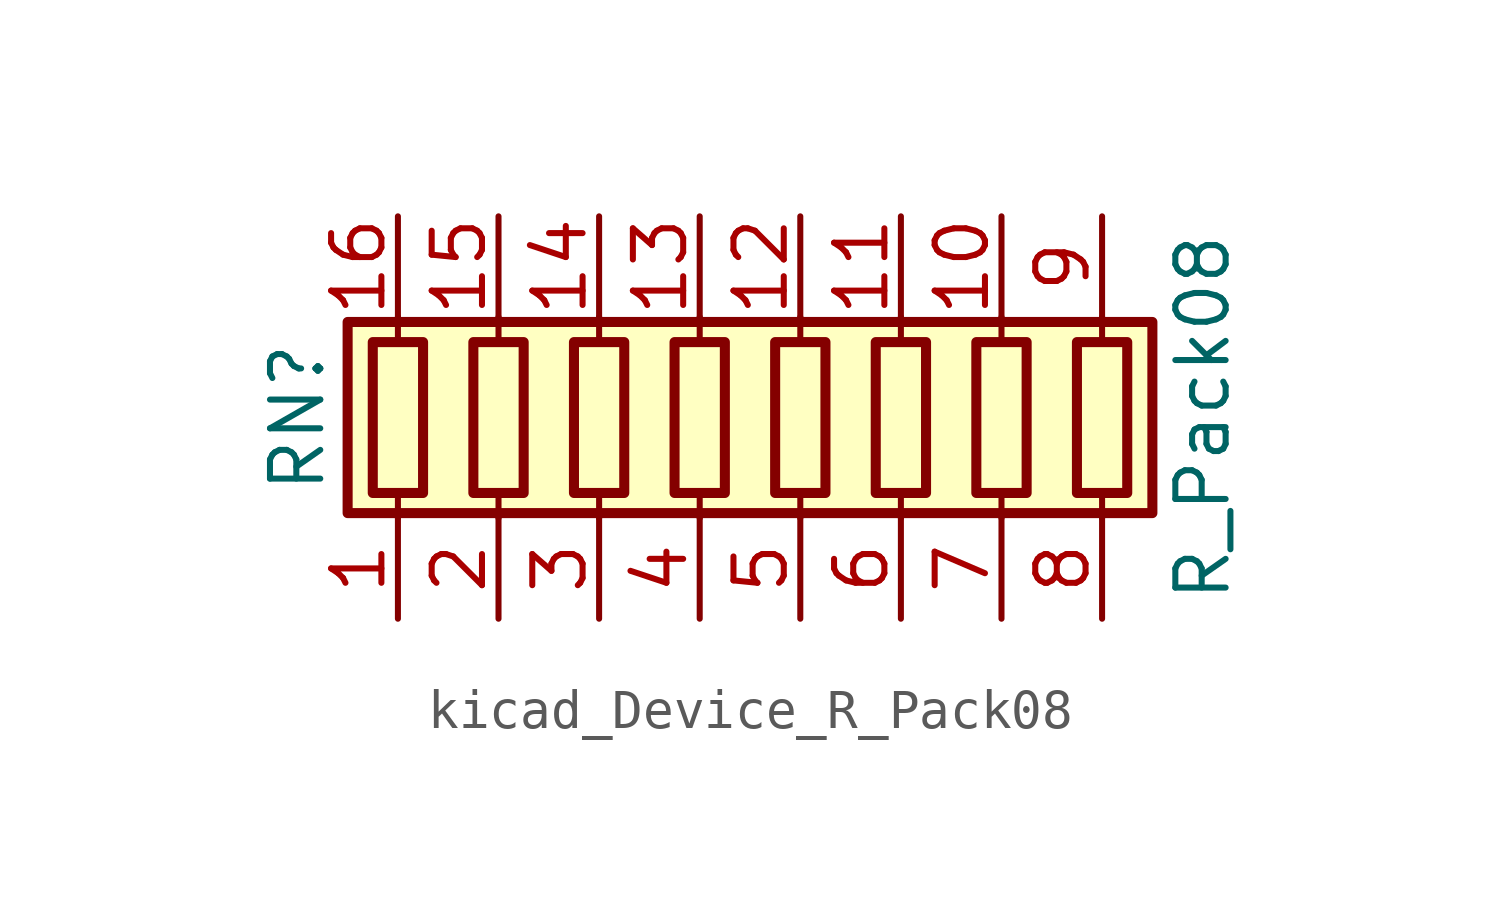
<source format=kicad_sym>
(kicad_symbol_lib
  (version 20220914)
  (generator kicad_symbol_editor)
  (symbol "kicad_Device_R_Pack08"
    (pin_names
      (offset 0) hide)
    (property "Reference" "RN"
      (at -12.7 0 90)
      (effects (font (size 1.27 1.27))))
    (property "Value" "R_Pack08"
      (at 10.16 0 90)
      (effects (font (size 1.27 1.27))))
    (symbol "kicad_Device_R_Pack08_0_1"
      (rectangle (start -11.43 -2.413) (end 8.89 2.413) (stroke (width 0.254) (type default)) (fill (type background)))
      (rectangle (start -10.795 1.905) (end -9.525 -1.905) (stroke (width 0.254) (type default)) (fill (type none)))
      (rectangle (start -8.255 1.905) (end -6.985 -1.905) (stroke (width 0.254) (type default)) (fill (type none)))
      (rectangle (start -5.715 1.905) (end -4.445 -1.905) (stroke (width 0.254) (type default)) (fill (type none)))
      (rectangle (start -3.175 1.905) (end -1.905 -1.905) (stroke (width 0.254) (type default)) (fill (type none)))
      (rectangle (start -0.635 1.905) (end 0.635 -1.905) (stroke (width 0.254) (type default)) (fill (type none)))
      (polyline (pts (xy -10.16 -2.54) (xy -10.16 -1.905)) (stroke (width 0) (type default)) (fill (type none)))
      (polyline (pts (xy -10.16 1.905) (xy -10.16 2.54)) (stroke (width 0) (type default)) (fill (type none)))
      (polyline (pts (xy -7.62 -2.54) (xy -7.62 -1.905)) (stroke (width 0) (type default)) (fill (type none)))
      (polyline (pts (xy -7.62 1.905) (xy -7.62 2.54)) (stroke (width 0) (type default)) (fill (type none)))
      (polyline (pts (xy -5.08 -2.54) (xy -5.08 -1.905)) (stroke (width 0) (type default)) (fill (type none)))
      (polyline (pts (xy -5.08 1.905) (xy -5.08 2.54)) (stroke (width 0) (type default)) (fill (type none)))
      (polyline (pts (xy -2.54 -2.54) (xy -2.54 -1.905)) (stroke (width 0) (type default)) (fill (type none)))
      (polyline (pts (xy -2.54 1.905) (xy -2.54 2.54)) (stroke (width 0) (type default)) (fill (type none)))
      (polyline (pts (xy 0 -2.54) (xy 0 -1.905)) (stroke (width 0) (type default)) (fill (type none)))
      (polyline (pts (xy 0 1.905) (xy 0 2.54)) (stroke (width 0) (type default)) (fill (type none)))
      (polyline (pts (xy 2.54 -2.54) (xy 2.54 -1.905)) (stroke (width 0) (type default)) (fill (type none)))
      (polyline (pts (xy 2.54 1.905) (xy 2.54 2.54)) (stroke (width 0) (type default)) (fill (type none)))
      (polyline (pts (xy 5.08 -2.54) (xy 5.08 -1.905)) (stroke (width 0) (type default)) (fill (type none)))
      (polyline (pts (xy 5.08 1.905) (xy 5.08 2.54)) (stroke (width 0) (type default)) (fill (type none)))
      (polyline (pts (xy 7.62 -2.54) (xy 7.62 -1.905)) (stroke (width 0) (type default)) (fill (type none)))
      (polyline (pts (xy 7.62 1.905) (xy 7.62 2.54)) (stroke (width 0) (type default)) (fill (type none)))
      (rectangle (start 1.905 1.905) (end 3.175 -1.905) (stroke (width 0.254) (type default)) (fill (type none)))
      (rectangle (start 4.445 1.905) (end 5.715 -1.905) (stroke (width 0.254) (type default)) (fill (type none)))
      (rectangle (start 6.985 1.905) (end 8.255 -1.905) (stroke (width 0.254) (type default)) (fill (type none))))
    (symbol "kicad_Device_R_Pack08_1_1"
      (pin passive line (at -10.16 -5.08 90) (length 2.54) (name "R1.1" (effects (font (size 1.27 1.27)))) (number "1" (effects (font (size 1.27 1.27)))))
      (pin passive line (at 5.08 5.08 270) (length 2.54) (name "R7.2" (effects (font (size 1.27 1.27)))) (number "10" (effects (font (size 1.27 1.27)))))
      (pin passive line (at 2.54 5.08 270) (length 2.54) (name "R6.2" (effects (font (size 1.27 1.27)))) (number "11" (effects (font (size 1.27 1.27)))))
      (pin passive line (at 0 5.08 270) (length 2.54) (name "R5.2" (effects (font (size 1.27 1.27)))) (number "12" (effects (font (size 1.27 1.27)))))
      (pin passive line (at -2.54 5.08 270) (length 2.54) (name "R4.2" (effects (font (size 1.27 1.27)))) (number "13" (effects (font (size 1.27 1.27)))))
      (pin passive line (at -5.08 5.08 270) (length 2.54) (name "R3.2" (effects (font (size 1.27 1.27)))) (number "14" (effects (font (size 1.27 1.27)))))
      (pin passive line (at -7.62 5.08 270) (length 2.54) (name "R2.2" (effects (font (size 1.27 1.27)))) (number "15" (effects (font (size 1.27 1.27)))))
      (pin passive line (at -10.16 5.08 270) (length 2.54) (name "R1.2" (effects (font (size 1.27 1.27)))) (number "16" (effects (font (size 1.27 1.27)))))
      (pin passive line (at -7.62 -5.08 90) (length 2.54) (name "R2.1" (effects (font (size 1.27 1.27)))) (number "2" (effects (font (size 1.27 1.27)))))
      (pin passive line (at -5.08 -5.08 90) (length 2.54) (name "R3.1" (effects (font (size 1.27 1.27)))) (number "3" (effects (font (size 1.27 1.27)))))
      (pin passive line (at -2.54 -5.08 90) (length 2.54) (name "R4.1" (effects (font (size 1.27 1.27)))) (number "4" (effects (font (size 1.27 1.27)))))
      (pin passive line (at 0 -5.08 90) (length 2.54) (name "R5.1" (effects (font (size 1.27 1.27)))) (number "5" (effects (font (size 1.27 1.27)))))
      (pin passive line (at 2.54 -5.08 90) (length 2.54) (name "R6.1" (effects (font (size 1.27 1.27)))) (number "6" (effects (font (size 1.27 1.27)))))
      (pin passive line (at 5.08 -5.08 90) (length 2.54) (name "R7.1" (effects (font (size 1.27 1.27)))) (number "7" (effects (font (size 1.27 1.27)))))
      (pin passive line (at 7.62 -5.08 90) (length 2.54) (name "R8.1" (effects (font (size 1.27 1.27)))) (number "8" (effects (font (size 1.27 1.27)))))
      (pin passive line (at 7.62 5.08 270) (length 2.54) (name "R8.2" (effects (font (size 1.27 1.27)))) (number "9" (effects (font (size 1.27 1.27))))))))
</source>
